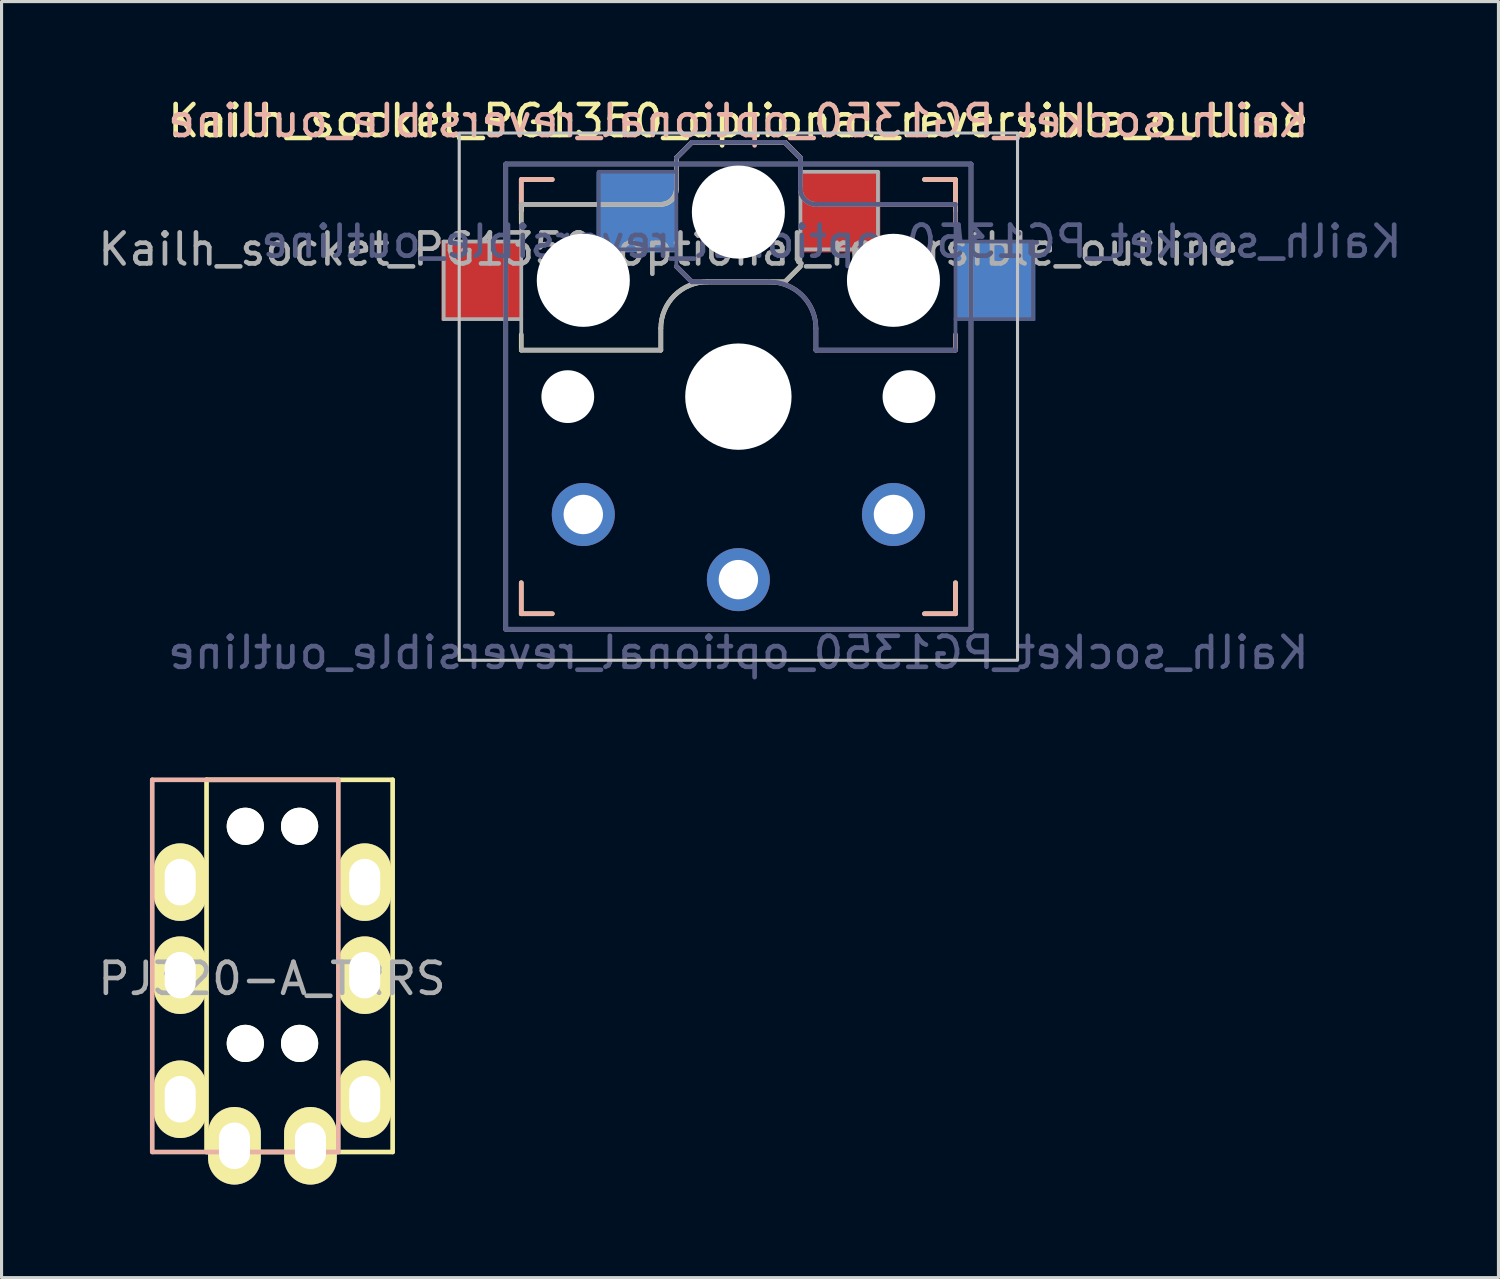
<source format=kicad_pcb>
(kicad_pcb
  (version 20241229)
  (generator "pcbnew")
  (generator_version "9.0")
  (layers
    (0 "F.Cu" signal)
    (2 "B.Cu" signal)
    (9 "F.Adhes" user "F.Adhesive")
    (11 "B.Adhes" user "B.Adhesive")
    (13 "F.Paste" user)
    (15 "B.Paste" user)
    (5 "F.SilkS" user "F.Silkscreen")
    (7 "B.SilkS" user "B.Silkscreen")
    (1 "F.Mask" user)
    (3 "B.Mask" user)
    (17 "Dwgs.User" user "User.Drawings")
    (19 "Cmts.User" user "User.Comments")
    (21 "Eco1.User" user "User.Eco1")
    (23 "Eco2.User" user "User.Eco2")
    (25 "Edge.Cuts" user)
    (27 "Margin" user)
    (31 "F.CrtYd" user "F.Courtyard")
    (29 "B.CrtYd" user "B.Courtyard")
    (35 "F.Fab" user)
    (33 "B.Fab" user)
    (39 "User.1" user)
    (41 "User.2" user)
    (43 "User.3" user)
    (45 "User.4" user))
  (footprint "PJ320-A_TRRS"
    (layer "F.Cu")
    (at 1.859 22.091)
    (property "Reference" "PJ320-A_TRRS" (at 3.861 6.413 0) (layer "F.Fab") (effects (font (size 1 1) (thickness 0.15))))
    (attr through_hole)
    (fp_line (start 1.75 0) (end 7.75 0) (stroke (width 0.15) (type solid)) (layer "F.SilkS"))
    (fp_line (start 1.75 12) (end 1.75 0) (stroke (width 0.15) (type solid)) (layer "F.SilkS"))
    (fp_line (start 7.75 0) (end 7.75 12) (stroke (width 0.15) (type solid)) (layer "F.SilkS"))
    (fp_line (start 7.75 12) (end 1.75 12) (stroke (width 0.15) (type solid)) (layer "F.SilkS"))
    (fp_line (start 0 0) (end 6 0) (stroke (width 0.15) (type solid)) (layer "B.SilkS"))
    (fp_line (start 0 12) (end 0 0) (stroke (width 0.15) (type solid)) (layer "B.SilkS"))
    (fp_line (start 6 0) (end 6 12) (stroke (width 0.15) (type solid)) (layer "B.SilkS"))
    (fp_line (start 6 12) (end 0 12) (stroke (width 0.15) (type solid)) (layer "B.SilkS"))
    (pad "" np_thru_hole circle (at 3 1.5) (size 1.2 1.2) (drill 1.2) (layers "*.Cu" "*.Mask" "F.SilkS"))
    (pad "" np_thru_hole circle (at 3 8.5) (size 1.2 1.2) (drill 1.2) (layers "*.Cu" "*.Mask" "F.SilkS"))
    (pad "" np_thru_hole circle (at 4.75 1.5) (size 1.2 1.2) (drill 1.2) (layers "*.Cu" "*.Mask" "F.SilkS"))
    (pad "" np_thru_hole circle (at 4.75 8.5) (size 1.2 1.2) (drill 1.2) (layers "*.Cu" "*.Mask" "F.SilkS"))
    (pad "1" thru_hole oval (at 0.9 3.3) (size 1.7 2.5) (drill oval 1 1.5) (layers "*.Cu" "*.Mask" "F.SilkS"))
    (pad "1" thru_hole oval (at 6.85 3.3) (size 1.7 2.5) (drill oval 1 1.5) (layers "*.Cu" "*.Mask" "F.SilkS"))
    (pad "2" thru_hole oval (at 2.65 11.8) (size 1.7 2.5) (drill oval 1 1.5) (layers "*.Cu" "*.Mask" "F.SilkS"))
    (pad "2" thru_hole oval (at 5.1 11.8) (size 1.7 2.5) (drill oval 1 1.5) (layers "*.Cu" "*.Mask" "F.SilkS"))
    (pad "3" thru_hole oval (at 0.9 10.3) (size 1.7 2.5) (drill oval 1 1.5) (layers "*.Cu" "*.Mask" "F.SilkS"))
    (pad "3" thru_hole oval (at 6.85 10.3) (size 1.7 2.5) (drill oval 1 1.5) (layers "*.Cu" "*.Mask" "F.SilkS"))
    (pad "4" thru_hole oval (at 0.9 6.3) (size 1.7 2.5) (drill oval 1 1.5) (layers "*.Cu" "*.Mask" "F.SilkS"))
    (pad "4" thru_hole oval (at 6.85 6.3) (size 1.7 2.5) (drill oval 1 1.5) (layers "*.Cu" "*.Mask" "F.SilkS")))
  (footprint "Kailh_socket_PG1350_optional_reversible_outline"
    (layer "F.Cu")
    (at 13.256 2.238)
    (property "Reference" "Kailh_socket_PG1350_optional_reversible_outline" (at 7.5 -1.39 0) (layer "F.SilkS") (effects (font (size 1 1) (thickness 0.15))))
    (property "Value" "Kailh_socket_PG1350_optional_reversible_outline" (at 7.5 15.755 0) (layer "F.Fab") (hide yes) (effects (font (size 1 1) (thickness 0.15))))
    (attr through_hole)
    (fp_line (start 0.5 0.5) (end 1.5 0.5) (stroke (width 0.15) (type solid)) (layer "F.SilkS"))
    (fp_line (start 0.5 1.3) (end 5 1.3) (stroke (width 0.15) (type solid)) (layer "F.SilkS"))
    (fp_line (start 0.5 1.5) (end 0.5 0.5) (stroke (width 0.15) (type solid)) (layer "F.SilkS"))
    (fp_line (start 0.5 1.9) (end 0.5 1.3) (stroke (width 0.15) (type solid)) (layer "F.SilkS"))
    (fp_line (start 0.5 6) (end 0.5 5.5) (stroke (width 0.15) (type solid)) (layer "F.SilkS"))
    (fp_line (start 0.5 14.5) (end 0.5 13.5) (stroke (width 0.15) (type solid)) (layer "F.SilkS"))
    (fp_line (start 1.5 14.5) (end 0.5 14.5) (stroke (width 0.15) (type solid)) (layer "F.SilkS"))
    (fp_line (start 5 5.3) (end 5 6) (stroke (width 0.15) (type solid)) (layer "F.SilkS"))
    (fp_line (start 5 6) (end 0.5 6) (stroke (width 0.15) (type solid)) (layer "F.SilkS"))
    (fp_line (start 5.5 0.8) (end 5.5 -0.2) (stroke (width 0.15) (type solid)) (layer "F.SilkS"))
    (fp_line (start 6 -0.7) (end 5.5 -0.2) (stroke (width 0.15) (type solid)) (layer "F.SilkS"))
    (fp_line (start 9 -0.7) (end 6 -0.7) (stroke (width 0.15) (type solid)) (layer "F.SilkS"))
    (fp_line (start 9 3.8) (end 6.5 3.8) (stroke (width 0.15) (type solid)) (layer "F.SilkS"))
    (fp_line (start 9.5 -0.2) (end 9 -0.7) (stroke (width 0.15) (type solid)) (layer "F.SilkS"))
    (fp_line (start 9.5 3.3) (end 9 3.8) (stroke (width 0.15) (type solid)) (layer "F.SilkS"))
    (fp_line (start 13.5 0.5) (end 14.5 0.5) (stroke (width 0.15) (type solid)) (layer "F.SilkS"))
    (fp_line (start 14.5 0.5) (end 14.5 1.5) (stroke (width 0.15) (type solid)) (layer "F.SilkS"))
    (fp_line (start 14.5 13.5) (end 14.5 14.5) (stroke (width 0.15) (type solid)) (layer "F.SilkS"))
    (fp_line (start 14.5 14.5) (end 13.5 14.5) (stroke (width 0.15) (type solid)) (layer "F.SilkS"))
    (fp_arc (start 5 5.3) (mid 5.43934 4.23934) (end 6.5 3.8) (stroke (width 0.15) (type solid)) (layer "F.SilkS"))
    (fp_arc (start 5.5 0.8) (mid 5.353553 1.153553) (end 5 1.3) (stroke (width 0.15) (type solid)) (layer "F.SilkS"))
    (fp_line (start 0.5 0.5) (end 1.5 0.5) (stroke (width 0.15) (type solid)) (layer "B.SilkS"))
    (fp_line (start 0.5 1.5) (end 0.5 0.5) (stroke (width 0.15) (type solid)) (layer "B.SilkS"))
    (fp_line (start 0.5 14.5) (end 0.5 13.5) (stroke (width 0.15) (type solid)) (layer "B.SilkS"))
    (fp_line (start 1.5 14.5) (end 0.5 14.5) (stroke (width 0.15) (type solid)) (layer "B.SilkS"))
    (fp_line (start 5.5 -0.2) (end 6 -0.7) (stroke (width 0.15) (type solid)) (layer "B.SilkS"))
    (fp_line (start 5.5 3.3) (end 6 3.8) (stroke (width 0.15) (type solid)) (layer "B.SilkS"))
    (fp_line (start 6 -0.7) (end 9 -0.7) (stroke (width 0.15) (type solid)) (layer "B.SilkS"))
    (fp_line (start 6 3.8) (end 8.5 3.8) (stroke (width 0.15) (type solid)) (layer "B.SilkS"))
    (fp_line (start 9 -0.7) (end 9.5 -0.2) (stroke (width 0.15) (type solid)) (layer "B.SilkS"))
    (fp_line (start 9.5 0.8) (end 9.5 -0.2) (stroke (width 0.15) (type solid)) (layer "B.SilkS"))
    (fp_line (start 10 5.3) (end 10 6) (stroke (width 0.15) (type solid)) (layer "B.SilkS"))
    (fp_line (start 10 6) (end 14.5 6) (stroke (width 0.15) (type solid)) (layer "B.SilkS"))
    (fp_line (start 13.5 0.5) (end 14.5 0.5) (stroke (width 0.15) (type solid)) (layer "B.SilkS"))
    (fp_line (start 14.5 0.5) (end 14.5 1.5) (stroke (width 0.15) (type solid)) (layer "B.SilkS"))
    (fp_line (start 14.5 1.3) (end 10 1.3) (stroke (width 0.15) (type solid)) (layer "B.SilkS"))
    (fp_line (start 14.5 1.9) (end 14.5 1.3) (stroke (width 0.15) (type solid)) (layer "B.SilkS"))
    (fp_line (start 14.5 6) (end 14.5 5.5) (stroke (width 0.15) (type solid)) (layer "B.SilkS"))
    (fp_line (start 14.5 13.5) (end 14.5 14.5) (stroke (width 0.15) (type solid)) (layer "B.SilkS"))
    (fp_line (start 14.5 14.5) (end 13.5 14.5) (stroke (width 0.15) (type solid)) (layer "B.SilkS"))
    (fp_arc (start 8.5 3.8) (mid 9.56066 4.23934) (end 10 5.3) (stroke (width 0.15) (type solid)) (layer "B.SilkS"))
    (fp_arc (start 10 1.3) (mid 9.646447 1.153553) (end 9.5 0.8) (stroke (width 0.15) (type solid)) (layer "B.SilkS"))
    (fp_rect (start -1.5 -1) (end 16.5 16) (stroke (width 0.1) (type default)) (fill no) (layer "Dwgs.User"))
    (fp_line (start 0.6 14.4) (end 0.6 0.6) (stroke (width 0.15) (type solid)) (layer "Eco2.User"))
    (fp_line (start 0.6 14.4) (end 14.4 14.4) (stroke (width 0.15) (type solid)) (layer "Eco2.User"))
    (fp_line (start 4.9 4.4) (end 4.9 1.2) (stroke (width 0.15) (type solid)) (layer "Eco2.User"))
    (fp_line (start 4.9 4.4) (end 10.1 4.4) (stroke (width 0.15) (type solid)) (layer "Eco2.User"))
    (fp_line (start 10.1 1.2) (end 4.9 1.2) (stroke (width 0.15) (type solid)) (layer "Eco2.User"))
    (fp_line (start 10.1 4.4) (end 10.1 1.2) (stroke (width 0.15) (type solid)) (layer "Eco2.User"))
    (fp_line (start 14.4 0.6) (end 0.6 0.6) (stroke (width 0.15) (type solid)) (layer "Eco2.User"))
    (fp_line (start 14.4 0.6) (end 14.4 14.4) (stroke (width 0.15) (type solid)) (layer "Eco2.User"))
    (fp_line (start 0 0) (end 15 0) (stroke (width 0.15) (type solid)) (layer "B.Fab"))
    (fp_line (start 0 15) (end 0 0) (stroke (width 0.15) (type solid)) (layer "B.Fab"))
    (fp_line (start 3 0.25) (end 5.5 0.25) (stroke (width 0.12) (type solid)) (layer "B.Fab"))
    (fp_line (start 3 2.75) (end 3 0.25) (stroke (width 0.12) (type solid)) (layer "B.Fab"))
    (fp_line (start 5.5 -0.2) (end 6 -0.7) (stroke (width 0.15) (type solid)) (layer "B.Fab"))
    (fp_line (start 5.5 2.75) (end 3 2.75) (stroke (width 0.12) (type solid)) (layer "B.Fab"))
    (fp_line (start 5.5 3.25) (end 5.5 -0.2) (stroke (width 0.12) (type solid)) (layer "B.Fab"))
    (fp_line (start 5.5 3.3) (end 6 3.8) (stroke (width 0.15) (type solid)) (layer "B.Fab"))
    (fp_line (start 6 -0.7) (end 9 -0.7) (stroke (width 0.15) (type solid)) (layer "B.Fab"))
    (fp_line (start 6 3.8) (end 8.5 3.8) (stroke (width 0.15) (type solid)) (layer "B.Fab"))
    (fp_line (start 9 -0.7) (end 9.5 -0.2) (stroke (width 0.15) (type solid)) (layer "B.Fab"))
    (fp_line (start 9.5 0.8) (end 9.5 -0.2) (stroke (width 0.15) (type solid)) (layer "B.Fab"))
    (fp_line (start 10 5.3) (end 10 6) (stroke (width 0.15) (type solid)) (layer "B.Fab"))
    (fp_line (start 10 6) (end 14.5 6) (stroke (width 0.15) (type solid)) (layer "B.Fab"))
    (fp_line (start 14.5 1.3) (end 10 1.3) (stroke (width 0.15) (type solid)) (layer "B.Fab"))
    (fp_line (start 14.5 2.5) (end 17 2.5) (stroke (width 0.12) (type solid)) (layer "B.Fab"))
    (fp_line (start 14.5 6) (end 14.5 1.3) (stroke (width 0.12) (type solid)) (layer "B.Fab"))
    (fp_line (start 15 0) (end 15 15) (stroke (width 0.15) (type solid)) (layer "B.Fab"))
    (fp_line (start 15 15) (end 0 15) (stroke (width 0.15) (type solid)) (layer "B.Fab"))
    (fp_line (start 17 2.5) (end 17 5) (stroke (width 0.12) (type solid)) (layer "B.Fab"))
    (fp_line (start 17 5) (end 14.5 5) (stroke (width 0.12) (type solid)) (layer "B.Fab"))
    (fp_arc (start 8.5 3.8) (mid 9.56066 4.23934) (end 10 5.3) (stroke (width 0.15) (type solid)) (layer "B.Fab"))
    (fp_arc (start 10 1.3) (mid 9.646447 1.153553) (end 9.5 0.8) (stroke (width 0.15) (type solid)) (layer "B.Fab"))
    (fp_line (start -2 2.5) (end -2 5) (stroke (width 0.12) (type solid)) (layer "F.Fab"))
    (fp_line (start -2 5) (end 0.5 5) (stroke (width 0.12) (type solid)) (layer "F.Fab"))
    (fp_line (start 0 0) (end 15 0) (stroke (width 0.15) (type solid)) (layer "F.Fab"))
    (fp_line (start 0 15) (end 0 0) (stroke (width 0.15) (type solid)) (layer "F.Fab"))
    (fp_line (start 0.5 1.3) (end 5 1.3) (stroke (width 0.15) (type solid)) (layer "F.Fab"))
    (fp_line (start 0.5 2.5) (end -2 2.5) (stroke (width 0.12) (type solid)) (layer "F.Fab"))
    (fp_line (start 0.5 6) (end 0.5 1.3) (stroke (width 0.12) (type solid)) (layer "F.Fab"))
    (fp_line (start 5 5.3) (end 5 6) (stroke (width 0.15) (type solid)) (layer "F.Fab"))
    (fp_line (start 5 6) (end 0.5 6) (stroke (width 0.15) (type solid)) (layer "F.Fab"))
    (fp_line (start 5.5 0.8) (end 5.5 -0.2) (stroke (width 0.15) (type solid)) (layer "F.Fab"))
    (fp_line (start 6 -0.7) (end 5.5 -0.2) (stroke (width 0.15) (type solid)) (layer "F.Fab"))
    (fp_line (start 9 -0.7) (end 6 -0.7) (stroke (width 0.15) (type solid)) (layer "F.Fab"))
    (fp_line (start 9 3.8) (end 6.5 3.8) (stroke (width 0.15) (type solid)) (layer "F.Fab"))
    (fp_line (start 9.5 -0.2) (end 9 -0.7) (stroke (width 0.15) (type solid)) (layer "F.Fab"))
    (fp_line (start 9.5 2.75) (end 12 2.75) (stroke (width 0.12) (type solid)) (layer "F.Fab"))
    (fp_line (start 9.5 3.25) (end 9.5 -0.2) (stroke (width 0.12) (type solid)) (layer "F.Fab"))
    (fp_line (start 9.5 3.3) (end 9 3.8) (stroke (width 0.15) (type solid)) (layer "F.Fab"))
    (fp_line (start 12 0.25) (end 9.5 0.25) (stroke (width 0.12) (type solid)) (layer "F.Fab"))
    (fp_line (start 12 2.75) (end 12 0.25) (stroke (width 0.12) (type solid)) (layer "F.Fab"))
    (fp_line (start 15 0) (end 15 15) (stroke (width 0.15) (type solid)) (layer "F.Fab"))
    (fp_line (start 15 15) (end 0 15) (stroke (width 0.15) (type solid)) (layer "F.Fab"))
    (fp_arc (start 5 5.3) (mid 5.43934 4.23934) (end 6.5 3.8) (stroke (width 0.15) (type solid)) (layer "F.Fab"))
    (fp_arc (start 5.5 0.8) (mid 5.353553 1.153553) (end 5 1.3) (stroke (width 0.15) (type solid)) (layer "F.Fab"))
    (fp_text user "${REFERENCE}" (at 7.5 -1.39 0) (layer "B.SilkS") (effects (font (size 1 1) (thickness 0.15)) (justify mirror)))
    (fp_text user "${REFERENCE}" (at 10.5 2.5 180) (layer "B.Fab") (effects (font (size 1 1) (thickness 0.15)) (justify mirror)))
    (fp_text user "${VALUE}" (at 7.5 15.755 0) (layer "B.Fab") (effects (font (size 1 1) (thickness 0.15)) (justify mirror)))
    (fp_text user "${REFERENCE}" (at 5.25 2.75 0) (layer "F.Fab") (effects (font (size 1 1) (thickness 0.15))))
    (pad "" np_thru_hole circle (at 2 7.5) (size 1.702 1.702) (drill 1.702) (layers "*.Cu" "*.Mask"))
    (pad "" np_thru_hole circle (at 2.5 3.75) (size 3 3) (drill 3) (layers "*.Cu" "*.Mask"))
    (pad "" np_thru_hole circle (at 7.5 1.55) (size 3 3) (drill 3) (layers "*.Cu" "*.Mask"))
    (pad "" np_thru_hole circle (at 7.5 7.5) (size 3.429 3.429) (drill 3.429) (layers "*.Cu" "*.Mask"))
    (pad "" np_thru_hole circle (at 12.5 3.75) (size 3 3) (drill 3) (layers "*.Cu" "*.Mask"))
    (pad "" np_thru_hole circle (at 13 7.5) (size 1.702 1.702) (drill 1.702) (layers "*.Cu" "*.Mask"))
    (pad "1" smd rect (at 4.225 1.55) (size 2.6 2.6) (layers "B.Cu" "B.Mask" "B.Paste"))
    (pad "1" thru_hole circle (at 7.5 13.4) (size 2.032 2.032) (drill 1.27) (layers "*.Cu" "*.Mask"))
    (pad "1" smd rect (at 10.775 1.55) (size 2.6 2.6) (layers "F.Cu" "F.Mask" "F.Paste"))
    (pad "2" smd rect (at -0.775 3.75) (size 2.6 2.6) (layers "F.Cu" "F.Mask" "F.Paste"))
    (pad "2" thru_hole circle (at 2.5 11.3) (size 2.032 2.032) (drill 1.27) (layers "*.Cu" "*.Mask"))
    (pad "2" thru_hole circle (at 12.5 11.3) (size 2.032 2.032) (drill 1.27) (layers "*.Cu" "*.Mask"))
    (pad "2" smd rect (at 15.775 3.75) (size 2.6 2.6) (layers "B.Cu" "B.Mask" "B.Paste")))
  (gr_rect
    (start -3 -3)
    (end 45.262 38.142)
    (stroke (width 0.1) (type default))
    (fill no)
    (layer "Edge.Cuts")))
</source>
